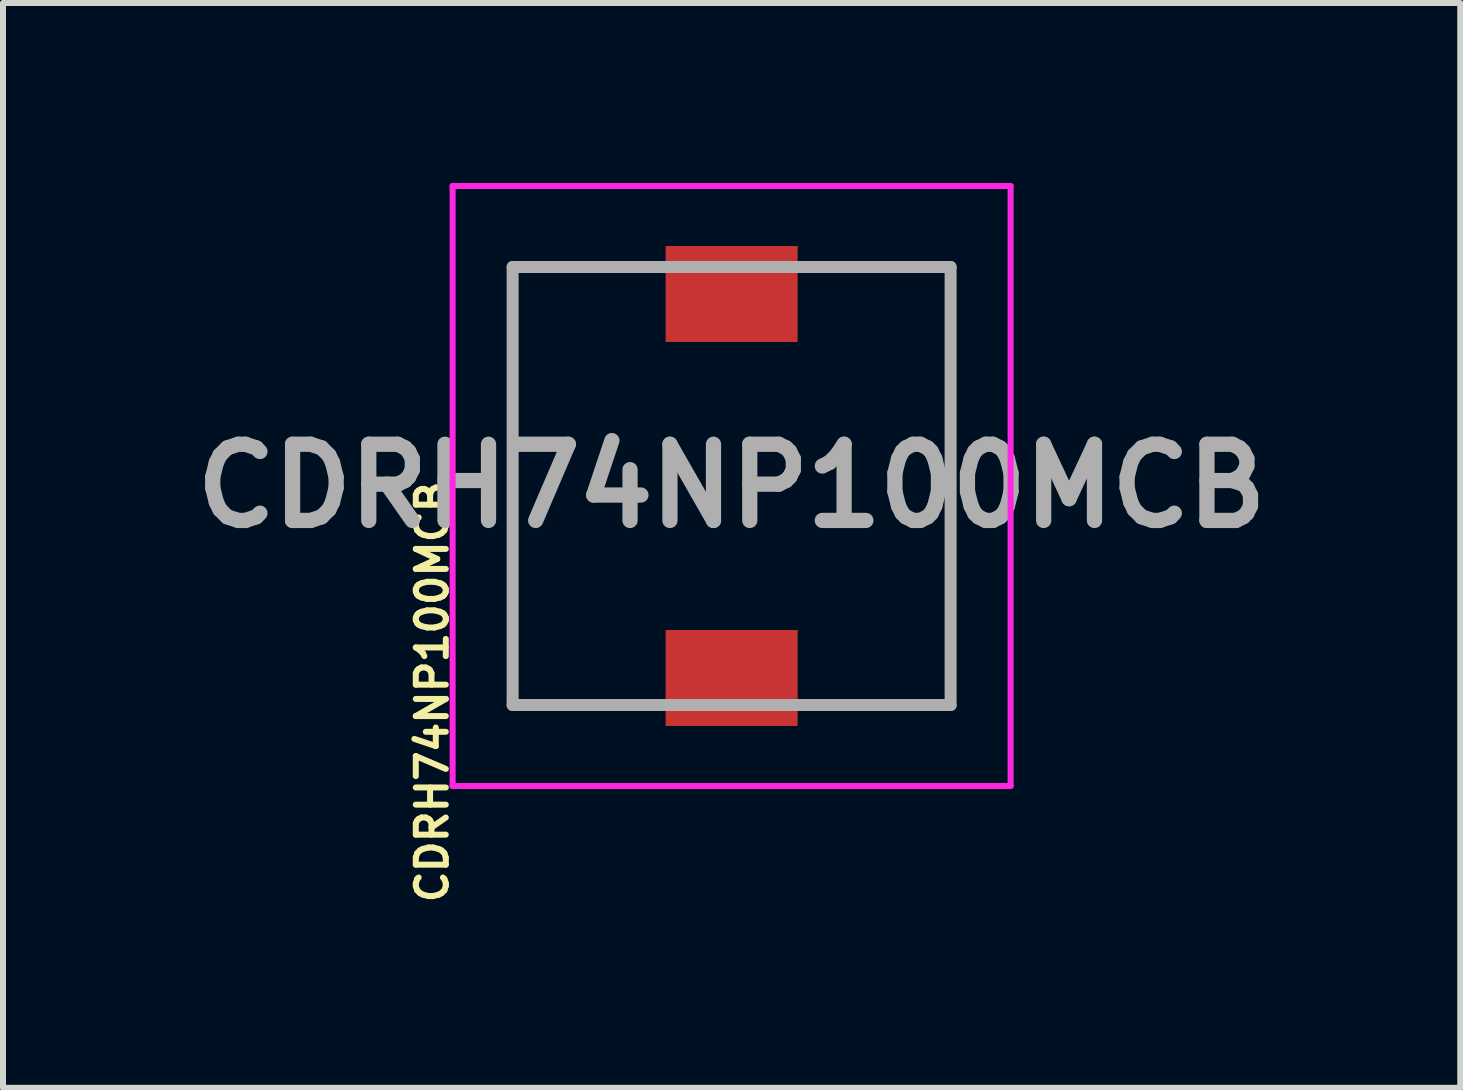
<source format=kicad_pcb>
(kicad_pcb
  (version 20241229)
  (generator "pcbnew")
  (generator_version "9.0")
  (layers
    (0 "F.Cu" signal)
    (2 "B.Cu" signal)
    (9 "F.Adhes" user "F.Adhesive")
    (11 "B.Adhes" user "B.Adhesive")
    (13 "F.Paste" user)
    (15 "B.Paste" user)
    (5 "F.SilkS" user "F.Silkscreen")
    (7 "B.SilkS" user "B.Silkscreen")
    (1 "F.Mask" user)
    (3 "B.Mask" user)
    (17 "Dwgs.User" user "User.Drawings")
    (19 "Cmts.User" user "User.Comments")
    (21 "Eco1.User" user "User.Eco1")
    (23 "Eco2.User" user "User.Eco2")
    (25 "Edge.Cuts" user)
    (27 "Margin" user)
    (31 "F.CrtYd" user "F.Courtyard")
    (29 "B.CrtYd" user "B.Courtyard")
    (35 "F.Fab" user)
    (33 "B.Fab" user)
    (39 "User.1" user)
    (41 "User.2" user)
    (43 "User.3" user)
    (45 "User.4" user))
  (footprint "CDRH74NP100MCB"
    (layer "F.Cu")
    (at 9.144 5.05)
    (property "Reference" "CDRH74NP100MCB" (at -4.99 3.43 90) (unlocked yes) (layer "F.SilkS") (effects (font (size 0.5 0.5) (thickness 0.1))))
    (attr smd)
    (fp_line (start -3.65 -3.65) (end -3.65 3.65) (stroke (width 0.1) (type solid)) (layer "F.SilkS"))
    (fp_line (start -3.65 3.65) (end -1.5 3.65) (stroke (width 0.1) (type solid)) (layer "F.SilkS"))
    (fp_line (start -1.5 -3.65) (end -3.65 -3.65) (stroke (width 0.1) (type solid)) (layer "F.SilkS"))
    (fp_line (start 1.5 -3.65) (end 3.65 -3.65) (stroke (width 0.1) (type solid)) (layer "F.SilkS"))
    (fp_line (start 3.65 -3.65) (end 3.65 3.65) (stroke (width 0.1) (type solid)) (layer "F.SilkS"))
    (fp_line (start 3.65 3.65) (end 1.5 3.65) (stroke (width 0.1) (type solid)) (layer "F.SilkS"))
    (fp_line (start -4.65 -5) (end 4.65 -5) (stroke (width 0.1) (type solid)) (layer "F.CrtYd"))
    (fp_line (start -4.65 5) (end -4.65 -5) (stroke (width 0.1) (type solid)) (layer "F.CrtYd"))
    (fp_line (start 4.65 -5) (end 4.65 5) (stroke (width 0.1) (type solid)) (layer "F.CrtYd"))
    (fp_line (start 4.65 5) (end -4.65 5) (stroke (width 0.1) (type solid)) (layer "F.CrtYd"))
    (fp_line (start -3.65 -3.65) (end 3.65 -3.65) (stroke (width 0.2) (type solid)) (layer "F.Fab"))
    (fp_line (start -3.65 3.65) (end -3.65 -3.65) (stroke (width 0.2) (type solid)) (layer "F.Fab"))
    (fp_line (start 3.65 -3.65) (end 3.65 3.65) (stroke (width 0.2) (type solid)) (layer "F.Fab"))
    (fp_line (start 3.65 3.65) (end -3.65 3.65) (stroke (width 0.2) (type solid)) (layer "F.Fab"))
    (fp_text user "${REFERENCE}" (at 0 0 180) (layer "F.Fab") (effects (font (size 1.27 1.27) (thickness 0.254))))
    (pad "1" smd rect (at 0 3.2 90) (size 1.6 2.2) (layers "F.Cu" "F.Mask" "F.Paste"))
    (pad "2" smd rect (at 0 -3.2 90) (size 1.6 2.2) (layers "F.Cu" "F.Mask" "F.Paste")))
  (gr_rect
    (start -3 -3)
    (end 21.288 15.08)
    (stroke (width 0.1) (type default))
    (fill no)
    (layer "Edge.Cuts")))
</source>
